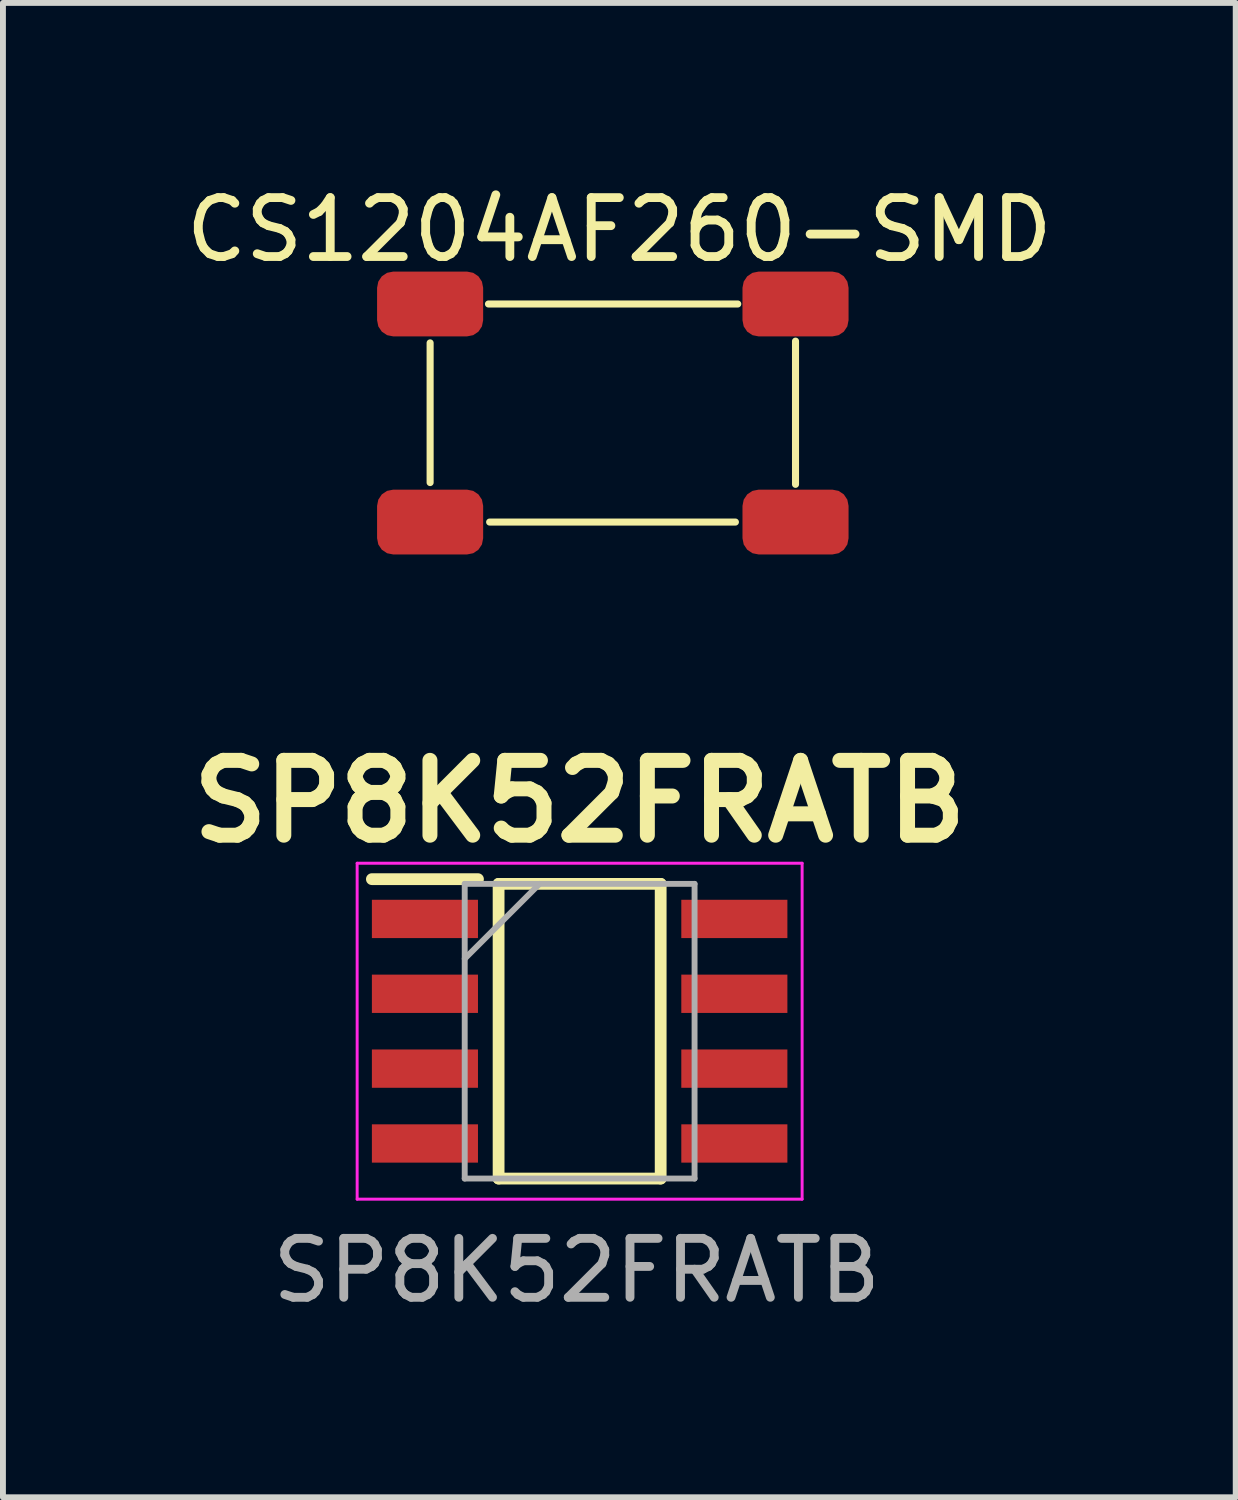
<source format=kicad_pcb>
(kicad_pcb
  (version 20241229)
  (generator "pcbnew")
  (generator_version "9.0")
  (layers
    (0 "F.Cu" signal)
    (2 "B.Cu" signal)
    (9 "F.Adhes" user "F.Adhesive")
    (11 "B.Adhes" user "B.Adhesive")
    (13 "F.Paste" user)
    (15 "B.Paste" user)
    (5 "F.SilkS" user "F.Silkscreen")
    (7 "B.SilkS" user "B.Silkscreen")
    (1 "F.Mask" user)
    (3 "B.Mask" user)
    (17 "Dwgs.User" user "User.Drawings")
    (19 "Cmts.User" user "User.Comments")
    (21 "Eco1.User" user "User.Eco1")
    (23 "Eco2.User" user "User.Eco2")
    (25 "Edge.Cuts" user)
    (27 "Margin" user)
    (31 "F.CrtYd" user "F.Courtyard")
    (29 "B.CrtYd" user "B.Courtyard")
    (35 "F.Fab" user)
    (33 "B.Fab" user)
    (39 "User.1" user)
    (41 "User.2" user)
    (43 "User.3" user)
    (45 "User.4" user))
  (footprint "SP8K52FRATB"
    (layer "F.Cu")
    (at 6.785 14.447)
    (property "Reference" "SP8K52FRATB" (at 0 -3.9 0) (layer "F.SilkS") (effects (font (size 1.27 1.27) (thickness 0.254))))
    (attr smd)
    (fp_line (start -3.525 -2.58) (end -1.725 -2.58) (stroke (width 0.2) (type solid)) (layer "F.SilkS"))
    (fp_line (start -1.375 -2.5) (end 1.375 -2.5) (stroke (width 0.2) (type solid)) (layer "F.SilkS"))
    (fp_line (start -1.375 2.5) (end -1.375 -2.5) (stroke (width 0.2) (type solid)) (layer "F.SilkS"))
    (fp_line (start 1.375 -2.5) (end 1.375 2.5) (stroke (width 0.2) (type solid)) (layer "F.SilkS"))
    (fp_line (start 1.375 2.5) (end -1.375 2.5) (stroke (width 0.2) (type solid)) (layer "F.SilkS"))
    (fp_line (start -3.775 -2.85) (end 3.775 -2.85) (stroke (width 0.05) (type solid)) (layer "F.CrtYd"))
    (fp_line (start -3.775 2.85) (end -3.775 -2.85) (stroke (width 0.05) (type solid)) (layer "F.CrtYd"))
    (fp_line (start 3.775 -2.85) (end 3.775 2.85) (stroke (width 0.05) (type solid)) (layer "F.CrtYd"))
    (fp_line (start 3.775 2.85) (end -3.775 2.85) (stroke (width 0.05) (type solid)) (layer "F.CrtYd"))
    (fp_line (start -1.95 -2.5) (end 1.95 -2.5) (stroke (width 0.1) (type solid)) (layer "F.Fab"))
    (fp_line (start -1.95 -1.23) (end -0.68 -2.5) (stroke (width 0.1) (type solid)) (layer "F.Fab"))
    (fp_line (start -1.95 2.5) (end -1.95 -2.5) (stroke (width 0.1) (type solid)) (layer "F.Fab"))
    (fp_line (start 1.95 -2.5) (end 1.95 2.5) (stroke (width 0.1) (type solid)) (layer "F.Fab"))
    (fp_line (start 1.95 2.5) (end -1.95 2.5) (stroke (width 0.1) (type solid)) (layer "F.Fab"))
    (fp_text user "SP8K52FRATB" (at -0.05 4.06 0) (unlocked yes) (layer "F.Fab") (effects (font (size 1 1) (thickness 0.15))))
    (pad "1" smd rect (at -2.625 -1.905 90) (size 0.65 1.8) (layers "F.Cu" "F.Mask" "F.Paste"))
    (pad "2" smd rect (at -2.625 -0.635 90) (size 0.65 1.8) (layers "F.Cu" "F.Mask" "F.Paste"))
    (pad "3" smd rect (at -2.625 0.635 90) (size 0.65 1.8) (layers "F.Cu" "F.Mask" "F.Paste"))
    (pad "4" smd rect (at -2.625 1.905 90) (size 0.65 1.8) (layers "F.Cu" "F.Mask" "F.Paste"))
    (pad "5" smd rect (at 2.625 1.905 90) (size 0.65 1.8) (layers "F.Cu" "F.Mask" "F.Paste"))
    (pad "6" smd rect (at 2.625 0.635 90) (size 0.65 1.8) (layers "F.Cu" "F.Mask" "F.Paste"))
    (pad "7" smd rect (at 2.625 -0.635 90) (size 0.65 1.8) (layers "F.Cu" "F.Mask" "F.Paste"))
    (pad "8" smd rect (at 2.625 -1.905 90) (size 0.65 1.8) (layers "F.Cu" "F.Mask" "F.Paste")))
  (footprint "CS1204AF260-SMD"
    (layer "F.Cu")
    (at 7.348 3.958)
    (property "Reference" "CS1204AF260-SMD" (at 0.11 -3.11 0) (unlocked yes) (layer "F.SilkS") (effects (font (size 1 1) (thickness 0.15))))
    (attr smd)
    (fp_line (start -3.1 -1.19) (end -3.1 1.18) (stroke (width 0.12) (type solid)) (layer "F.SilkS"))
    (fp_line (start -2.09 1.85) (end 2.08 1.85) (stroke (width 0.12) (type solid)) (layer "F.SilkS"))
    (fp_line (start 2.12 -1.85) (end -2.11 -1.85) (stroke (width 0.12) (type solid)) (layer "F.SilkS"))
    (fp_line (start 3.1 1.21) (end 3.1 -1.22) (stroke (width 0.12) (type solid)) (layer "F.SilkS"))
    (pad "1" smd roundrect (at -3.1 -1.85) (size 1.8 1.1) (layers "F.Cu" "F.Mask" "F.Paste") (roundrect_rratio 0.25))
    (pad "2" smd roundrect (at 3.1 -1.85) (size 1.8 1.1) (layers "F.Cu" "F.Mask" "F.Paste") (roundrect_rratio 0.25))
    (pad "3" smd roundrect (at -3.1 1.85) (size 1.8 1.1) (layers "F.Cu" "F.Mask" "F.Paste") (roundrect_rratio 0.25))
    (pad "4" smd roundrect (at 3.1 1.85) (size 1.8 1.1) (layers "F.Cu" "F.Mask" "F.Paste") (roundrect_rratio 0.25)))
  (gr_rect
    (start -3 -3)
    (end 17.917 22.355)
    (stroke (width 0.1) (type default))
    (fill no)
    (layer "Edge.Cuts")))
</source>
